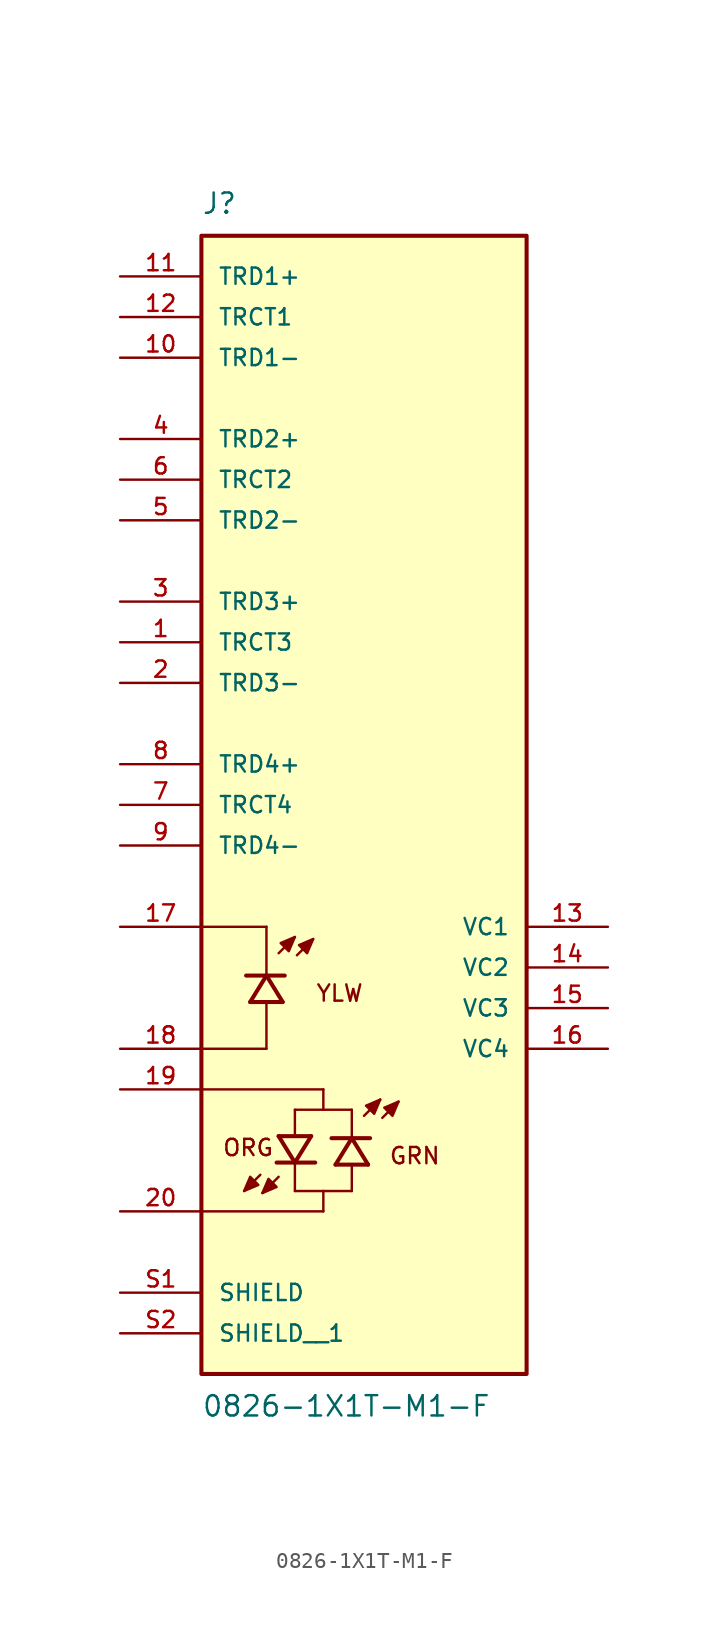
<source format=kicad_sym>
(kicad_symbol_lib
  (version 20231120)
  (generator "kicad_symbol_editor")
  (generator_version "8.0")
  (symbol "0826-1X1T-M1-F"
    (pin_names
      (offset 1.016))
    (property "Reference" "J"
      (at -10.16 34.29 0)
      (effects (font (size 1.27 1.27)) (justify left bottom)))
    (property "Value" "0826-1X1T-M1-F"
      (at -10.16 -39.37 0)
      (effects (font (size 1.27 1.27)) (justify left top)))
    (symbol "0826-1X1T-M1-F_0_0"
      (rectangle (start -10.16 -38.1) (end 10.16 33.02) (stroke (width 0.254) (type default)) (fill (type background)))
      (polyline (pts (xy -6.477 -25.654) (xy -7.493 -26.67)) (stroke (width 0.152) (type default)) (fill (type none)))
      (polyline (pts (xy -6.096 -17.78) (xy -10.16 -17.78)) (stroke (width 0.152) (type default)) (fill (type none)))
      (polyline (pts (xy -6.096 -17.78) (xy -6.096 -14.986)) (stroke (width 0.152) (type default)) (fill (type none)))
      (polyline (pts (xy -6.096 -13.208) (xy -7.366 -13.208)) (stroke (width 0.254) (type default)) (fill (type none)))
      (polyline (pts (xy -6.096 -13.208) (xy -7.112 -14.859)) (stroke (width 0.254) (type default)) (fill (type none)))
      (polyline (pts (xy -6.096 -13.081) (xy -6.096 -10.16)) (stroke (width 0.152) (type default)) (fill (type none)))
      (polyline (pts (xy -6.096 -10.16) (xy -10.16 -10.16)) (stroke (width 0.152) (type default)) (fill (type none)))
      (polyline (pts (xy -5.461 -24.892) (xy -4.318 -24.892)) (stroke (width 0.254) (type default)) (fill (type none)))
      (polyline (pts (xy -5.334 -25.781) (xy -6.35 -26.797)) (stroke (width 0.152) (type default)) (fill (type none)))
      (polyline (pts (xy -5.334 -23.241) (xy -4.318 -24.892)) (stroke (width 0.254) (type default)) (fill (type none)))
      (polyline (pts (xy -5.334 -23.241) (xy -3.302 -23.241)) (stroke (width 0.254) (type default)) (fill (type none)))
      (polyline (pts (xy -5.334 -11.811) (xy -4.318 -10.795)) (stroke (width 0.152) (type default)) (fill (type none)))
      (polyline (pts (xy -5.08 -14.859) (xy -7.112 -14.859)) (stroke (width 0.254) (type default)) (fill (type none)))
      (polyline (pts (xy -5.08 -14.859) (xy -6.096 -13.208)) (stroke (width 0.254) (type default)) (fill (type none)))
      (polyline (pts (xy -4.953 -13.208) (xy -6.096 -13.208)) (stroke (width 0.254) (type default)) (fill (type none)))
      (polyline (pts (xy -4.318 -26.67) (xy -2.54 -26.67)) (stroke (width 0.152) (type default)) (fill (type none)))
      (polyline (pts (xy -4.318 -25.019) (xy -4.318 -26.67)) (stroke (width 0.152) (type default)) (fill (type none)))
      (polyline (pts (xy -4.318 -24.892) (xy -3.302 -23.241)) (stroke (width 0.254) (type default)) (fill (type none)))
      (polyline (pts (xy -4.318 -24.892) (xy -3.048 -24.892)) (stroke (width 0.254) (type default)) (fill (type none)))
      (polyline (pts (xy -4.318 -21.59) (xy -4.318 -23.114)) (stroke (width 0.152) (type default)) (fill (type none)))
      (polyline (pts (xy -4.318 -21.59) (xy -2.54 -21.59)) (stroke (width 0.152) (type default)) (fill (type none)))
      (polyline (pts (xy -4.191 -11.938) (xy -3.175 -10.922)) (stroke (width 0.152) (type default)) (fill (type none)))
      (polyline (pts (xy -2.54 -27.94) (xy -10.16 -27.94)) (stroke (width 0.152) (type default)) (fill (type none)))
      (polyline (pts (xy -2.54 -26.67) (xy -2.54 -27.94)) (stroke (width 0.152) (type default)) (fill (type none)))
      (polyline (pts (xy -2.54 -26.67) (xy -0.762 -26.67)) (stroke (width 0.152) (type default)) (fill (type none)))
      (polyline (pts (xy -2.54 -21.59) (xy -2.54 -20.32)) (stroke (width 0.152) (type default)) (fill (type none)))
      (polyline (pts (xy -2.54 -21.59) (xy -0.762 -21.59)) (stroke (width 0.152) (type default)) (fill (type none)))
      (polyline (pts (xy -2.54 -20.32) (xy -10.16 -20.32)) (stroke (width 0.152) (type default)) (fill (type none)))
      (polyline (pts (xy -0.762 -26.67) (xy -0.762 -25.146)) (stroke (width 0.152) (type default)) (fill (type none)))
      (polyline (pts (xy -0.762 -23.368) (xy -2.032 -23.368)) (stroke (width 0.254) (type default)) (fill (type none)))
      (polyline (pts (xy -0.762 -23.368) (xy -1.778 -25.019)) (stroke (width 0.254) (type default)) (fill (type none)))
      (polyline (pts (xy -0.762 -23.241) (xy -0.762 -21.59)) (stroke (width 0.152) (type default)) (fill (type none)))
      (polyline (pts (xy 0 -21.971) (xy 1.016 -20.955)) (stroke (width 0.152) (type default)) (fill (type none)))
      (polyline (pts (xy 0.254 -25.019) (xy -1.778 -25.019)) (stroke (width 0.254) (type default)) (fill (type none)))
      (polyline (pts (xy 0.254 -25.019) (xy -0.762 -23.368)) (stroke (width 0.254) (type default)) (fill (type none)))
      (polyline (pts (xy 0.381 -23.368) (xy -0.762 -23.368)) (stroke (width 0.254) (type default)) (fill (type none)))
      (polyline (pts (xy 1.143 -22.098) (xy 2.159 -21.082)) (stroke (width 0.152) (type default)) (fill (type none)))
      (polyline (pts (xy -7.493 -26.67) (xy -6.604 -26.289) (xy -7.112 -25.781) (xy -7.493 -26.67)) (stroke (width 0.152) (type default)) (fill (type outline)))
      (polyline (pts (xy -6.35 -26.797) (xy -5.461 -26.416) (xy -5.969 -25.908) (xy -6.35 -26.797)) (stroke (width 0.152) (type default)) (fill (type outline)))
      (polyline (pts (xy -4.318 -10.795) (xy -5.207 -11.176) (xy -4.699 -11.684) (xy -4.318 -10.795)) (stroke (width 0.152) (type default)) (fill (type outline)))
      (polyline (pts (xy -3.175 -10.922) (xy -4.064 -11.303) (xy -3.556 -11.811) (xy -3.175 -10.922)) (stroke (width 0.152) (type default)) (fill (type outline)))
      (polyline (pts (xy 1.016 -20.955) (xy 0.127 -21.336) (xy 0.635 -21.844) (xy 1.016 -20.955)) (stroke (width 0.152) (type default)) (fill (type outline)))
      (polyline (pts (xy 2.159 -21.082) (xy 1.27 -21.463) (xy 1.778 -21.971) (xy 2.159 -21.082)) (stroke (width 0.152) (type default)) (fill (type outline)))
      (text "GRN" (at 1.524 -23.876 0) (effects (font (size 1.016 1.016)) (justify left top)))
      (text "ORG" (at -8.89 -23.368 0) (effects (font (size 1.016 1.016)) (justify left top)))
      (text "YLW" (at -3.048 -13.716 0) (effects (font (size 1.016 1.016)) (justify left top)))
      (pin passive line (at -15.24 7.62 0) (length 5.08) (name "TRCT3" (effects (font (size 1.016 1.016)))) (number "1" (effects (font (size 1.016 1.016)))))
      (pin passive line (at -15.24 25.4 0) (length 5.08) (name "TRD1-" (effects (font (size 1.016 1.016)))) (number "10" (effects (font (size 1.016 1.016)))))
      (pin passive line (at -15.24 30.48 0) (length 5.08) (name "TRD1+" (effects (font (size 1.016 1.016)))) (number "11" (effects (font (size 1.016 1.016)))))
      (pin passive line (at -15.24 27.94 0) (length 5.08) (name "TRCT1" (effects (font (size 1.016 1.016)))) (number "12" (effects (font (size 1.016 1.016)))))
      (pin passive line (at 15.24 -10.16 180) (length 5.08) (name "VC1" (effects (font (size 1.016 1.016)))) (number "13" (effects (font (size 1.016 1.016)))))
      (pin passive line (at 15.24 -12.7 180) (length 5.08) (name "VC2" (effects (font (size 1.016 1.016)))) (number "14" (effects (font (size 1.016 1.016)))))
      (pin passive line (at 15.24 -15.24 180) (length 5.08) (name "VC3" (effects (font (size 1.016 1.016)))) (number "15" (effects (font (size 1.016 1.016)))))
      (pin passive line (at 15.24 -17.78 180) (length 5.08) (name "VC4" (effects (font (size 1.016 1.016)))) (number "16" (effects (font (size 1.016 1.016)))))
      (pin passive line (at -15.24 -10.16 0) (length 5.08) (name "~" (effects (font (size 1.016 1.016)))) (number "17" (effects (font (size 1.016 1.016)))))
      (pin passive line (at -15.24 -17.78 0) (length 5.08) (name "~" (effects (font (size 1.016 1.016)))) (number "18" (effects (font (size 1.016 1.016)))))
      (pin passive line (at -15.24 -20.32 0) (length 5.08) (name "~" (effects (font (size 1.016 1.016)))) (number "19" (effects (font (size 1.016 1.016)))))
      (pin passive line (at -15.24 5.08 0) (length 5.08) (name "TRD3-" (effects (font (size 1.016 1.016)))) (number "2" (effects (font (size 1.016 1.016)))))
      (pin passive line (at -15.24 -27.94 0) (length 5.08) (name "~" (effects (font (size 1.016 1.016)))) (number "20" (effects (font (size 1.016 1.016)))))
      (pin passive line (at -15.24 10.16 0) (length 5.08) (name "TRD3+" (effects (font (size 1.016 1.016)))) (number "3" (effects (font (size 1.016 1.016)))))
      (pin passive line (at -15.24 20.32 0) (length 5.08) (name "TRD2+" (effects (font (size 1.016 1.016)))) (number "4" (effects (font (size 1.016 1.016)))))
      (pin passive line (at -15.24 15.24 0) (length 5.08) (name "TRD2-" (effects (font (size 1.016 1.016)))) (number "5" (effects (font (size 1.016 1.016)))))
      (pin passive line (at -15.24 17.78 0) (length 5.08) (name "TRCT2" (effects (font (size 1.016 1.016)))) (number "6" (effects (font (size 1.016 1.016)))))
      (pin passive line (at -15.24 -2.54 0) (length 5.08) (name "TRCT4" (effects (font (size 1.016 1.016)))) (number "7" (effects (font (size 1.016 1.016)))))
      (pin passive line (at -15.24 0 0) (length 5.08) (name "TRD4+" (effects (font (size 1.016 1.016)))) (number "8" (effects (font (size 1.016 1.016)))))
      (pin passive line (at -15.24 -5.08 0) (length 5.08) (name "TRD4-" (effects (font (size 1.016 1.016)))) (number "9" (effects (font (size 1.016 1.016)))))
      (pin passive line (at -15.24 -33.02 0) (length 5.08) (name "SHIELD" (effects (font (size 1.016 1.016)))) (number "S1" (effects (font (size 1.016 1.016)))))
      (pin passive line (at -15.24 -35.56 0) (length 5.08) (name "SHIELD__1" (effects (font (size 1.016 1.016)))) (number "S2" (effects (font (size 1.016 1.016))))))))
</source>
